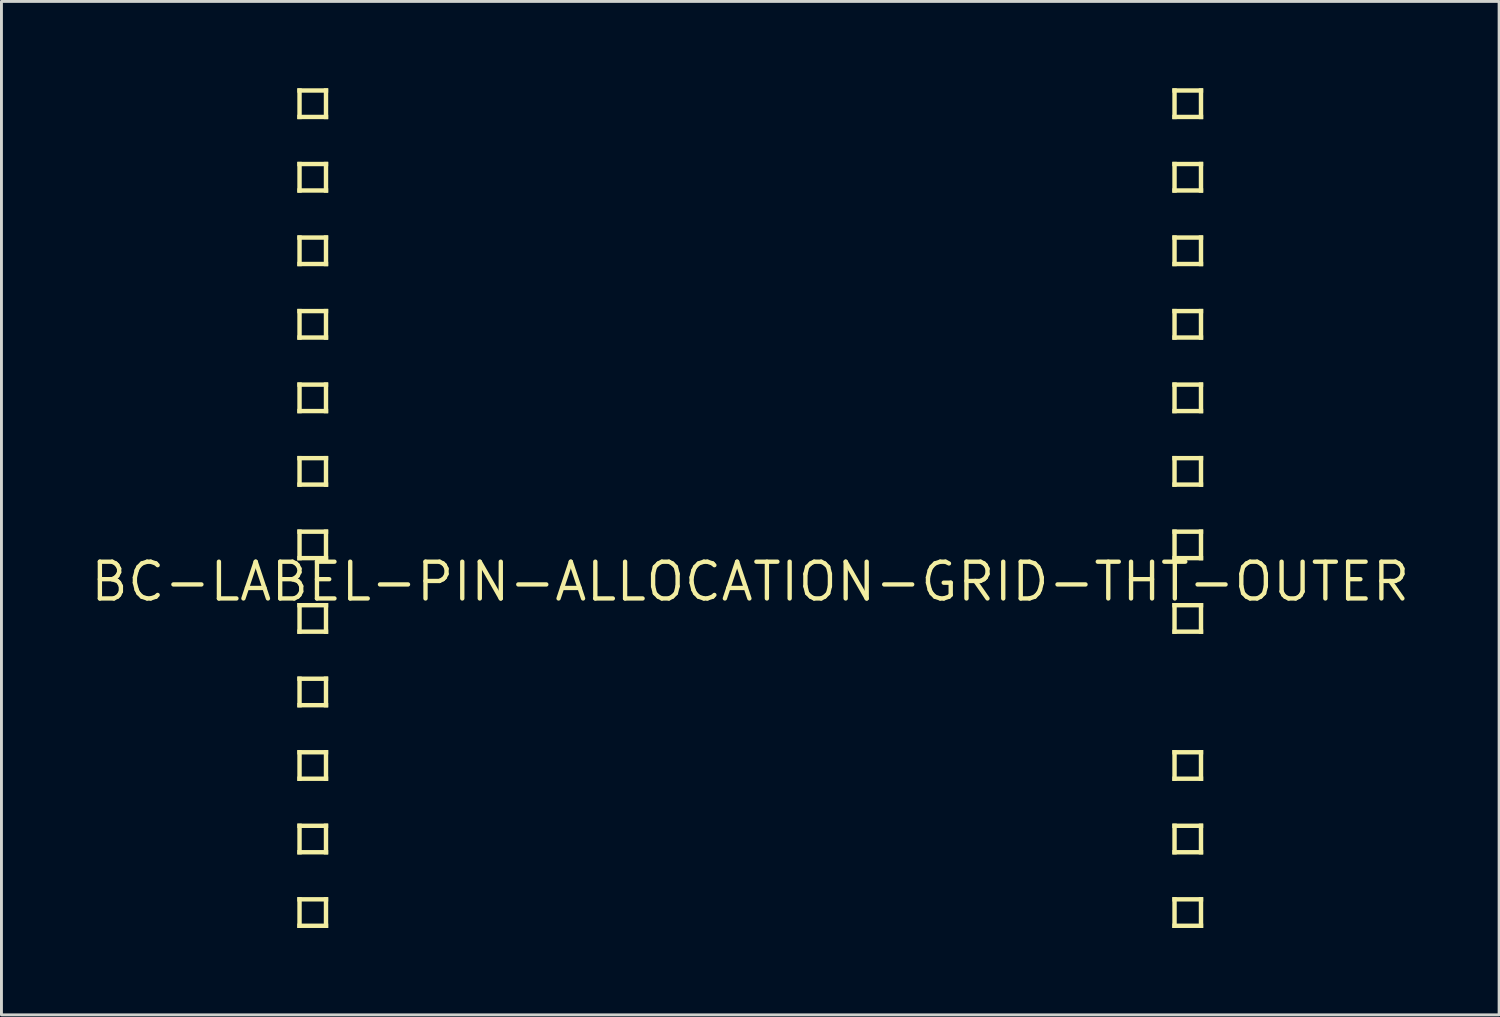
<source format=kicad_pcb>
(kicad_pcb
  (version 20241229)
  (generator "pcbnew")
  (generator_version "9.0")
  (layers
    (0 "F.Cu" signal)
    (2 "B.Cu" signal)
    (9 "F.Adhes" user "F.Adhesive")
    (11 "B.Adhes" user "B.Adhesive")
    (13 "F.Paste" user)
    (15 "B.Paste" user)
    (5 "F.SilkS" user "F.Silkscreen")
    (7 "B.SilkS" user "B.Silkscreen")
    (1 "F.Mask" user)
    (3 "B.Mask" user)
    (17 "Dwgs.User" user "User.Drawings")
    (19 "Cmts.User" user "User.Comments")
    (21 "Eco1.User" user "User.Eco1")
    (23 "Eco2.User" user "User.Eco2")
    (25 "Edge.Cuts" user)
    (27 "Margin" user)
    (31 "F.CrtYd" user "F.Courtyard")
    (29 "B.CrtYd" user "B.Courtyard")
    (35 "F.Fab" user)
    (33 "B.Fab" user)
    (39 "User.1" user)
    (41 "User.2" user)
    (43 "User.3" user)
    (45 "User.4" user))
  (footprint "BC-LABEL-PIN-ALLOCATION-GRID-THT-OUTER"
    (layer "F.Cu")
    (at 22.867 17.043)
    (property "Reference" "BC-LABEL-PIN-ALLOCATION-GRID-THT-OUTER" (at 0 0 0) (unlocked yes) (layer "F.SilkS") (effects (font (size 1.27 1.27) (thickness 0.15))))
    (fp_poly (pts (xy -15.646 -16.891) (xy -14.58 -16.891) (xy -14.58 -17.043) (xy -15.646 -17.043)) (stroke (width 0) (type default)) (fill yes) (layer "F.SilkS"))
    (fp_poly (pts (xy -15.646 -15.977) (xy -15.494 -15.977) (xy -15.494 -17.043) (xy -15.646 -17.043)) (stroke (width 0) (type default)) (fill yes) (layer "F.SilkS"))
    (fp_poly (pts (xy -15.646 -15.977) (xy -14.58 -15.977) (xy -14.58 -16.129) (xy -15.646 -16.129)) (stroke (width 0) (type default)) (fill yes) (layer "F.SilkS"))
    (fp_poly (pts (xy -15.646 -14.351) (xy -14.58 -14.351) (xy -14.58 -14.503) (xy -15.646 -14.503)) (stroke (width 0) (type default)) (fill yes) (layer "F.SilkS"))
    (fp_poly (pts (xy -15.646 -13.437) (xy -15.494 -13.437) (xy -15.494 -14.503) (xy -15.646 -14.503)) (stroke (width 0) (type default)) (fill yes) (layer "F.SilkS"))
    (fp_poly (pts (xy -15.646 -13.437) (xy -14.58 -13.437) (xy -14.58 -13.589) (xy -15.646 -13.589)) (stroke (width 0) (type default)) (fill yes) (layer "F.SilkS"))
    (fp_poly (pts (xy -15.646 -11.811) (xy -14.58 -11.811) (xy -14.58 -11.963) (xy -15.646 -11.963)) (stroke (width 0) (type default)) (fill yes) (layer "F.SilkS"))
    (fp_poly (pts (xy -15.646 -10.897) (xy -15.494 -10.897) (xy -15.494 -11.963) (xy -15.646 -11.963)) (stroke (width 0) (type default)) (fill yes) (layer "F.SilkS"))
    (fp_poly (pts (xy -15.646 -10.897) (xy -14.58 -10.897) (xy -14.58 -11.049) (xy -15.646 -11.049)) (stroke (width 0) (type default)) (fill yes) (layer "F.SilkS"))
    (fp_poly (pts (xy -15.646 -9.271) (xy -14.58 -9.271) (xy -14.58 -9.423) (xy -15.646 -9.423)) (stroke (width 0) (type default)) (fill yes) (layer "F.SilkS"))
    (fp_poly (pts (xy -15.646 -8.357) (xy -15.494 -8.357) (xy -15.494 -9.423) (xy -15.646 -9.423)) (stroke (width 0) (type default)) (fill yes) (layer "F.SilkS"))
    (fp_poly (pts (xy -15.646 -8.357) (xy -14.58 -8.357) (xy -14.58 -8.509) (xy -15.646 -8.509)) (stroke (width 0) (type default)) (fill yes) (layer "F.SilkS"))
    (fp_poly (pts (xy -15.646 -6.731) (xy -14.58 -6.731) (xy -14.58 -6.883) (xy -15.646 -6.883)) (stroke (width 0) (type default)) (fill yes) (layer "F.SilkS"))
    (fp_poly (pts (xy -15.646 -5.817) (xy -15.494 -5.817) (xy -15.494 -6.883) (xy -15.646 -6.883)) (stroke (width 0) (type default)) (fill yes) (layer "F.SilkS"))
    (fp_poly (pts (xy -15.646 -5.817) (xy -14.58 -5.817) (xy -14.58 -5.969) (xy -15.646 -5.969)) (stroke (width 0) (type default)) (fill yes) (layer "F.SilkS"))
    (fp_poly (pts (xy -15.646 -4.191) (xy -14.58 -4.191) (xy -14.58 -4.343) (xy -15.646 -4.343)) (stroke (width 0) (type default)) (fill yes) (layer "F.SilkS"))
    (fp_poly (pts (xy -15.646 -3.277) (xy -15.494 -3.277) (xy -15.494 -4.343) (xy -15.646 -4.343)) (stroke (width 0) (type default)) (fill yes) (layer "F.SilkS"))
    (fp_poly (pts (xy -15.646 -3.277) (xy -14.58 -3.277) (xy -14.58 -3.429) (xy -15.646 -3.429)) (stroke (width 0) (type default)) (fill yes) (layer "F.SilkS"))
    (fp_poly (pts (xy -15.646 -1.651) (xy -14.58 -1.651) (xy -14.58 -1.803) (xy -15.646 -1.803)) (stroke (width 0) (type default)) (fill yes) (layer "F.SilkS"))
    (fp_poly (pts (xy -15.646 -0.737) (xy -15.494 -0.737) (xy -15.494 -1.803) (xy -15.646 -1.803)) (stroke (width 0) (type default)) (fill yes) (layer "F.SilkS"))
    (fp_poly (pts (xy -15.646 -0.737) (xy -14.58 -0.737) (xy -14.58 -0.889) (xy -15.646 -0.889)) (stroke (width 0) (type default)) (fill yes) (layer "F.SilkS"))
    (fp_poly (pts (xy -15.646 0.889) (xy -14.58 0.889) (xy -14.58 0.737) (xy -15.646 0.737)) (stroke (width 0) (type default)) (fill yes) (layer "F.SilkS"))
    (fp_poly (pts (xy -15.646 1.803) (xy -15.494 1.803) (xy -15.494 0.737) (xy -15.646 0.737)) (stroke (width 0) (type default)) (fill yes) (layer "F.SilkS"))
    (fp_poly (pts (xy -15.646 1.803) (xy -14.58 1.803) (xy -14.58 1.651) (xy -15.646 1.651)) (stroke (width 0) (type default)) (fill yes) (layer "F.SilkS"))
    (fp_poly (pts (xy -15.646 3.429) (xy -14.58 3.429) (xy -14.58 3.277) (xy -15.646 3.277)) (stroke (width 0) (type default)) (fill yes) (layer "F.SilkS"))
    (fp_poly (pts (xy -15.646 4.343) (xy -15.494 4.343) (xy -15.494 3.277) (xy -15.646 3.277)) (stroke (width 0) (type default)) (fill yes) (layer "F.SilkS"))
    (fp_poly (pts (xy -15.646 4.343) (xy -14.58 4.343) (xy -14.58 4.191) (xy -15.646 4.191)) (stroke (width 0) (type default)) (fill yes) (layer "F.SilkS"))
    (fp_poly (pts (xy -15.646 5.969) (xy -14.58 5.969) (xy -14.58 5.817) (xy -15.646 5.817)) (stroke (width 0) (type default)) (fill yes) (layer "F.SilkS"))
    (fp_poly (pts (xy -15.646 6.883) (xy -15.494 6.883) (xy -15.494 5.817) (xy -15.646 5.817)) (stroke (width 0) (type default)) (fill yes) (layer "F.SilkS"))
    (fp_poly (pts (xy -15.646 6.883) (xy -14.58 6.883) (xy -14.58 6.731) (xy -15.646 6.731)) (stroke (width 0) (type default)) (fill yes) (layer "F.SilkS"))
    (fp_poly (pts (xy -15.646 8.509) (xy -14.58 8.509) (xy -14.58 8.357) (xy -15.646 8.357)) (stroke (width 0) (type default)) (fill yes) (layer "F.SilkS"))
    (fp_poly (pts (xy -15.646 9.423) (xy -15.494 9.423) (xy -15.494 8.357) (xy -15.646 8.357)) (stroke (width 0) (type default)) (fill yes) (layer "F.SilkS"))
    (fp_poly (pts (xy -15.646 9.423) (xy -14.58 9.423) (xy -14.58 9.271) (xy -15.646 9.271)) (stroke (width 0) (type default)) (fill yes) (layer "F.SilkS"))
    (fp_poly (pts (xy -15.646 11.049) (xy -14.58 11.049) (xy -14.58 10.897) (xy -15.646 10.897)) (stroke (width 0) (type default)) (fill yes) (layer "F.SilkS"))
    (fp_poly (pts (xy -15.646 11.963) (xy -15.494 11.963) (xy -15.494 10.897) (xy -15.646 10.897)) (stroke (width 0) (type default)) (fill yes) (layer "F.SilkS"))
    (fp_poly (pts (xy -15.646 11.963) (xy -14.58 11.963) (xy -14.58 11.811) (xy -15.646 11.811)) (stroke (width 0) (type default)) (fill yes) (layer "F.SilkS"))
    (fp_poly (pts (xy -14.732 -15.977) (xy -14.58 -15.977) (xy -14.58 -17.043) (xy -14.732 -17.043)) (stroke (width 0) (type default)) (fill yes) (layer "F.SilkS"))
    (fp_poly (pts (xy -14.732 -13.437) (xy -14.58 -13.437) (xy -14.58 -14.503) (xy -14.732 -14.503)) (stroke (width 0) (type default)) (fill yes) (layer "F.SilkS"))
    (fp_poly (pts (xy -14.732 -10.897) (xy -14.58 -10.897) (xy -14.58 -11.963) (xy -14.732 -11.963)) (stroke (width 0) (type default)) (fill yes) (layer "F.SilkS"))
    (fp_poly (pts (xy -14.732 -8.357) (xy -14.58 -8.357) (xy -14.58 -9.423) (xy -14.732 -9.423)) (stroke (width 0) (type default)) (fill yes) (layer "F.SilkS"))
    (fp_poly (pts (xy -14.732 -5.817) (xy -14.58 -5.817) (xy -14.58 -6.883) (xy -14.732 -6.883)) (stroke (width 0) (type default)) (fill yes) (layer "F.SilkS"))
    (fp_poly (pts (xy -14.732 -3.277) (xy -14.58 -3.277) (xy -14.58 -4.343) (xy -14.732 -4.343)) (stroke (width 0) (type default)) (fill yes) (layer "F.SilkS"))
    (fp_poly (pts (xy -14.732 -0.737) (xy -14.58 -0.737) (xy -14.58 -1.803) (xy -14.732 -1.803)) (stroke (width 0) (type default)) (fill yes) (layer "F.SilkS"))
    (fp_poly (pts (xy -14.732 1.803) (xy -14.58 1.803) (xy -14.58 0.737) (xy -14.732 0.737)) (stroke (width 0) (type default)) (fill yes) (layer "F.SilkS"))
    (fp_poly (pts (xy -14.732 4.343) (xy -14.58 4.343) (xy -14.58 3.277) (xy -14.732 3.277)) (stroke (width 0) (type default)) (fill yes) (layer "F.SilkS"))
    (fp_poly (pts (xy -14.732 6.883) (xy -14.58 6.883) (xy -14.58 5.817) (xy -14.732 5.817)) (stroke (width 0) (type default)) (fill yes) (layer "F.SilkS"))
    (fp_poly (pts (xy -14.732 9.423) (xy -14.58 9.423) (xy -14.58 8.357) (xy -14.732 8.357)) (stroke (width 0) (type default)) (fill yes) (layer "F.SilkS"))
    (fp_poly (pts (xy -14.732 11.963) (xy -14.58 11.963) (xy -14.58 10.897) (xy -14.732 10.897)) (stroke (width 0) (type default)) (fill yes) (layer "F.SilkS"))
    (fp_poly (pts (xy 14.732 -17.043) (xy 14.58 -17.043) (xy 14.58 -15.977) (xy 14.732 -15.977)) (stroke (width 0) (type default)) (fill yes) (layer "F.SilkS"))
    (fp_poly (pts (xy 14.732 -14.503) (xy 14.58 -14.503) (xy 14.58 -13.437) (xy 14.732 -13.437)) (stroke (width 0) (type default)) (fill yes) (layer "F.SilkS"))
    (fp_poly (pts (xy 14.732 -11.963) (xy 14.58 -11.963) (xy 14.58 -10.897) (xy 14.732 -10.897)) (stroke (width 0) (type default)) (fill yes) (layer "F.SilkS"))
    (fp_poly (pts (xy 14.732 -9.423) (xy 14.58 -9.423) (xy 14.58 -8.357) (xy 14.732 -8.357)) (stroke (width 0) (type default)) (fill yes) (layer "F.SilkS"))
    (fp_poly (pts (xy 14.732 -6.883) (xy 14.58 -6.883) (xy 14.58 -5.817) (xy 14.732 -5.817)) (stroke (width 0) (type default)) (fill yes) (layer "F.SilkS"))
    (fp_poly (pts (xy 14.732 -4.343) (xy 14.58 -4.343) (xy 14.58 -3.277) (xy 14.732 -3.277)) (stroke (width 0) (type default)) (fill yes) (layer "F.SilkS"))
    (fp_poly (pts (xy 14.732 -1.803) (xy 14.58 -1.803) (xy 14.58 -0.737) (xy 14.732 -0.737)) (stroke (width 0) (type default)) (fill yes) (layer "F.SilkS"))
    (fp_poly (pts (xy 14.732 0.737) (xy 14.58 0.737) (xy 14.58 1.803) (xy 14.732 1.803)) (stroke (width 0) (type default)) (fill yes) (layer "F.SilkS"))
    (fp_poly (pts (xy 14.732 5.817) (xy 14.58 5.817) (xy 14.58 6.883) (xy 14.732 6.883)) (stroke (width 0) (type default)) (fill yes) (layer "F.SilkS"))
    (fp_poly (pts (xy 14.732 8.357) (xy 14.58 8.357) (xy 14.58 9.423) (xy 14.732 9.423)) (stroke (width 0) (type default)) (fill yes) (layer "F.SilkS"))
    (fp_poly (pts (xy 14.732 10.897) (xy 14.58 10.897) (xy 14.58 11.963) (xy 14.732 11.963)) (stroke (width 0) (type default)) (fill yes) (layer "F.SilkS"))
    (fp_poly (pts (xy 15.646 -17.043) (xy 14.58 -17.043) (xy 14.58 -16.891) (xy 15.646 -16.891)) (stroke (width 0) (type default)) (fill yes) (layer "F.SilkS"))
    (fp_poly (pts (xy 15.646 -17.043) (xy 15.494 -17.043) (xy 15.494 -15.977) (xy 15.646 -15.977)) (stroke (width 0) (type default)) (fill yes) (layer "F.SilkS"))
    (fp_poly (pts (xy 15.646 -16.129) (xy 14.58 -16.129) (xy 14.58 -15.977) (xy 15.646 -15.977)) (stroke (width 0) (type default)) (fill yes) (layer "F.SilkS"))
    (fp_poly (pts (xy 15.646 -14.503) (xy 14.58 -14.503) (xy 14.58 -14.351) (xy 15.646 -14.351)) (stroke (width 0) (type default)) (fill yes) (layer "F.SilkS"))
    (fp_poly (pts (xy 15.646 -14.503) (xy 15.494 -14.503) (xy 15.494 -13.437) (xy 15.646 -13.437)) (stroke (width 0) (type default)) (fill yes) (layer "F.SilkS"))
    (fp_poly (pts (xy 15.646 -13.589) (xy 14.58 -13.589) (xy 14.58 -13.437) (xy 15.646 -13.437)) (stroke (width 0) (type default)) (fill yes) (layer "F.SilkS"))
    (fp_poly (pts (xy 15.646 -11.963) (xy 14.58 -11.963) (xy 14.58 -11.811) (xy 15.646 -11.811)) (stroke (width 0) (type default)) (fill yes) (layer "F.SilkS"))
    (fp_poly (pts (xy 15.646 -11.963) (xy 15.494 -11.963) (xy 15.494 -10.897) (xy 15.646 -10.897)) (stroke (width 0) (type default)) (fill yes) (layer "F.SilkS"))
    (fp_poly (pts (xy 15.646 -11.049) (xy 14.58 -11.049) (xy 14.58 -10.897) (xy 15.646 -10.897)) (stroke (width 0) (type default)) (fill yes) (layer "F.SilkS"))
    (fp_poly (pts (xy 15.646 -9.423) (xy 14.58 -9.423) (xy 14.58 -9.271) (xy 15.646 -9.271)) (stroke (width 0) (type default)) (fill yes) (layer "F.SilkS"))
    (fp_poly (pts (xy 15.646 -9.423) (xy 15.494 -9.423) (xy 15.494 -8.357) (xy 15.646 -8.357)) (stroke (width 0) (type default)) (fill yes) (layer "F.SilkS"))
    (fp_poly (pts (xy 15.646 -8.509) (xy 14.58 -8.509) (xy 14.58 -8.357) (xy 15.646 -8.357)) (stroke (width 0) (type default)) (fill yes) (layer "F.SilkS"))
    (fp_poly (pts (xy 15.646 -6.883) (xy 14.58 -6.883) (xy 14.58 -6.731) (xy 15.646 -6.731)) (stroke (width 0) (type default)) (fill yes) (layer "F.SilkS"))
    (fp_poly (pts (xy 15.646 -6.883) (xy 15.494 -6.883) (xy 15.494 -5.817) (xy 15.646 -5.817)) (stroke (width 0) (type default)) (fill yes) (layer "F.SilkS"))
    (fp_poly (pts (xy 15.646 -5.969) (xy 14.58 -5.969) (xy 14.58 -5.817) (xy 15.646 -5.817)) (stroke (width 0) (type default)) (fill yes) (layer "F.SilkS"))
    (fp_poly (pts (xy 15.646 -4.343) (xy 14.58 -4.343) (xy 14.58 -4.191) (xy 15.646 -4.191)) (stroke (width 0) (type default)) (fill yes) (layer "F.SilkS"))
    (fp_poly (pts (xy 15.646 -4.343) (xy 15.494 -4.343) (xy 15.494 -3.277) (xy 15.646 -3.277)) (stroke (width 0) (type default)) (fill yes) (layer "F.SilkS"))
    (fp_poly (pts (xy 15.646 -3.429) (xy 14.58 -3.429) (xy 14.58 -3.277) (xy 15.646 -3.277)) (stroke (width 0) (type default)) (fill yes) (layer "F.SilkS"))
    (fp_poly (pts (xy 15.646 -1.803) (xy 14.58 -1.803) (xy 14.58 -1.651) (xy 15.646 -1.651)) (stroke (width 0) (type default)) (fill yes) (layer "F.SilkS"))
    (fp_poly (pts (xy 15.646 -1.803) (xy 15.494 -1.803) (xy 15.494 -0.737) (xy 15.646 -0.737)) (stroke (width 0) (type default)) (fill yes) (layer "F.SilkS"))
    (fp_poly (pts (xy 15.646 -0.889) (xy 14.58 -0.889) (xy 14.58 -0.737) (xy 15.646 -0.737)) (stroke (width 0) (type default)) (fill yes) (layer "F.SilkS"))
    (fp_poly (pts (xy 15.646 0.737) (xy 14.58 0.737) (xy 14.58 0.889) (xy 15.646 0.889)) (stroke (width 0) (type default)) (fill yes) (layer "F.SilkS"))
    (fp_poly (pts (xy 15.646 0.737) (xy 15.494 0.737) (xy 15.494 1.803) (xy 15.646 1.803)) (stroke (width 0) (type default)) (fill yes) (layer "F.SilkS"))
    (fp_poly (pts (xy 15.646 1.651) (xy 14.58 1.651) (xy 14.58 1.803) (xy 15.646 1.803)) (stroke (width 0) (type default)) (fill yes) (layer "F.SilkS"))
    (fp_poly (pts (xy 15.646 5.817) (xy 14.58 5.817) (xy 14.58 5.969) (xy 15.646 5.969)) (stroke (width 0) (type default)) (fill yes) (layer "F.SilkS"))
    (fp_poly (pts (xy 15.646 5.817) (xy 15.494 5.817) (xy 15.494 6.883) (xy 15.646 6.883)) (stroke (width 0) (type default)) (fill yes) (layer "F.SilkS"))
    (fp_poly (pts (xy 15.646 6.731) (xy 14.58 6.731) (xy 14.58 6.883) (xy 15.646 6.883)) (stroke (width 0) (type default)) (fill yes) (layer "F.SilkS"))
    (fp_poly (pts (xy 15.646 8.357) (xy 14.58 8.357) (xy 14.58 8.509) (xy 15.646 8.509)) (stroke (width 0) (type default)) (fill yes) (layer "F.SilkS"))
    (fp_poly (pts (xy 15.646 8.357) (xy 15.494 8.357) (xy 15.494 9.423) (xy 15.646 9.423)) (stroke (width 0) (type default)) (fill yes) (layer "F.SilkS"))
    (fp_poly (pts (xy 15.646 9.271) (xy 14.58 9.271) (xy 14.58 9.423) (xy 15.646 9.423)) (stroke (width 0) (type default)) (fill yes) (layer "F.SilkS"))
    (fp_poly (pts (xy 15.646 10.897) (xy 14.58 10.897) (xy 14.58 11.049) (xy 15.646 11.049)) (stroke (width 0) (type default)) (fill yes) (layer "F.SilkS"))
    (fp_poly (pts (xy 15.646 10.897) (xy 15.494 10.897) (xy 15.494 11.963) (xy 15.646 11.963)) (stroke (width 0) (type default)) (fill yes) (layer "F.SilkS"))
    (fp_poly (pts (xy 15.646 11.811) (xy 14.58 11.811) (xy 14.58 11.963) (xy 15.646 11.963)) (stroke (width 0) (type default)) (fill yes) (layer "F.SilkS")))
  (gr_rect
    (start -3 -3)
    (end 48.735 32.007)
    (stroke (width 0.1) (type default))
    (fill no)
    (layer "Edge.Cuts")))
</source>
